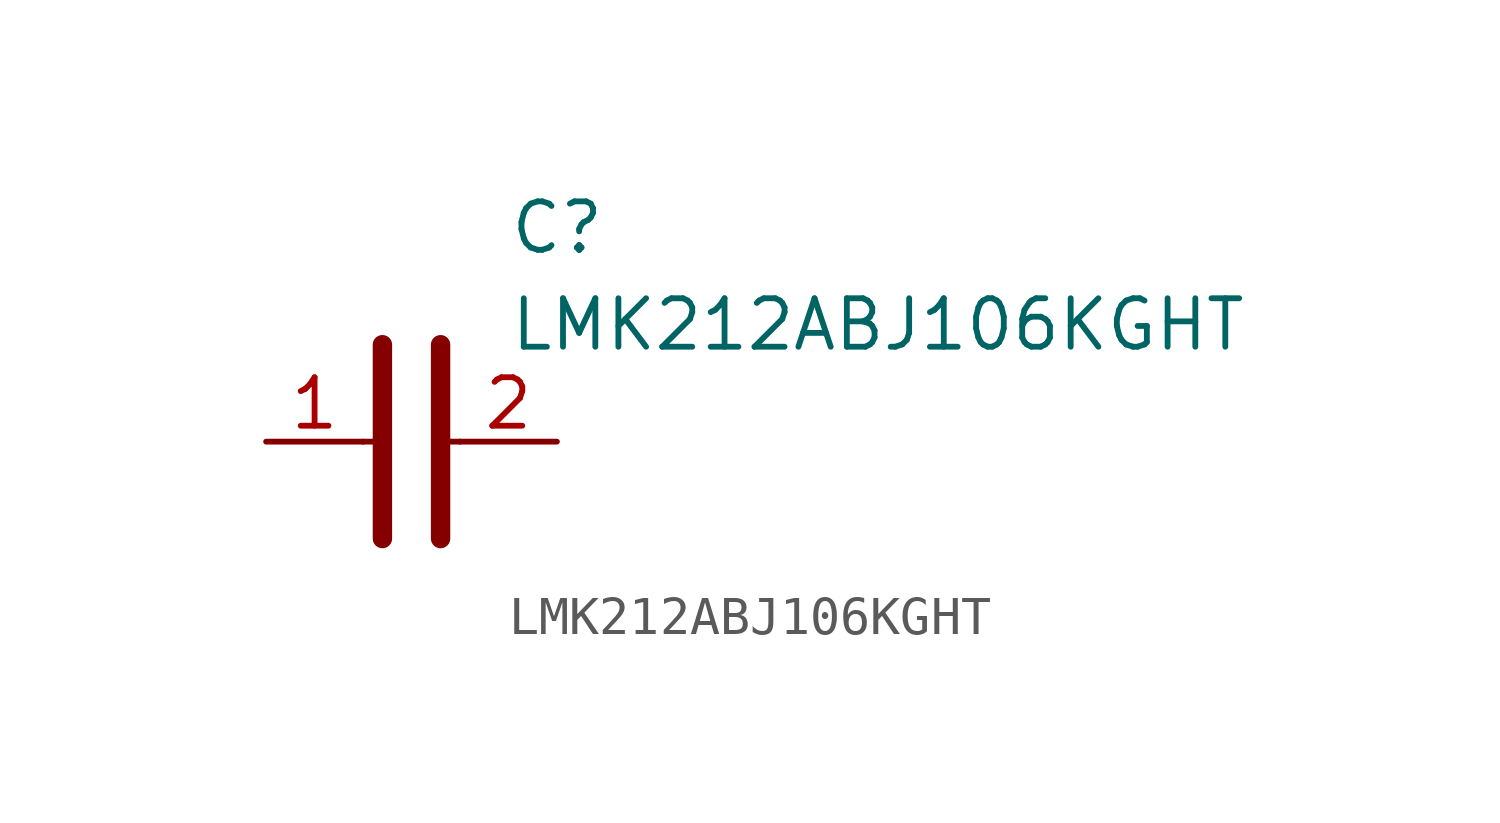
<source format=kicad_sym>
(kicad_symbol_lib
  (version 20231120)
  (generator "kicad_symbol_editor")
  (generator_version "8.0")
  (symbol "LMK212ABJ106KGHT"
    (pin_names hide)
    (property "Reference" "C"
      (at 8.89 6.35 0)
      (effects (font (size 1.27 1.27)) (justify left top)))
    (property "Value" "LMK212ABJ106KGHT"
      (at 8.89 3.81 0)
      (effects (font (size 1.27 1.27)) (justify left top)))
    (symbol "LMK212ABJ106KGHT_1_1"
      (polyline (pts (xy 5.08 0) (xy 5.588 0)) (stroke (width 0.152) (type default)) (fill (type none)))
      (polyline (pts (xy 5.588 2.54) (xy 5.588 -2.54)) (stroke (width 0.508) (type default)) (fill (type none)))
      (polyline (pts (xy 7.112 0) (xy 7.62 0)) (stroke (width 0.152) (type default)) (fill (type none)))
      (polyline (pts (xy 7.112 2.54) (xy 7.112 -2.54)) (stroke (width 0.508) (type default)) (fill (type none)))
      (pin passive line (at 2.54 0 0) (length 2.54) (name "1" (effects (font (size 1.27 1.27)))) (number "1" (effects (font (size 1.27 1.27)))))
      (pin passive line (at 10.16 0 180) (length 2.54) (name "2" (effects (font (size 1.27 1.27)))) (number "2" (effects (font (size 1.27 1.27))))))))
</source>
